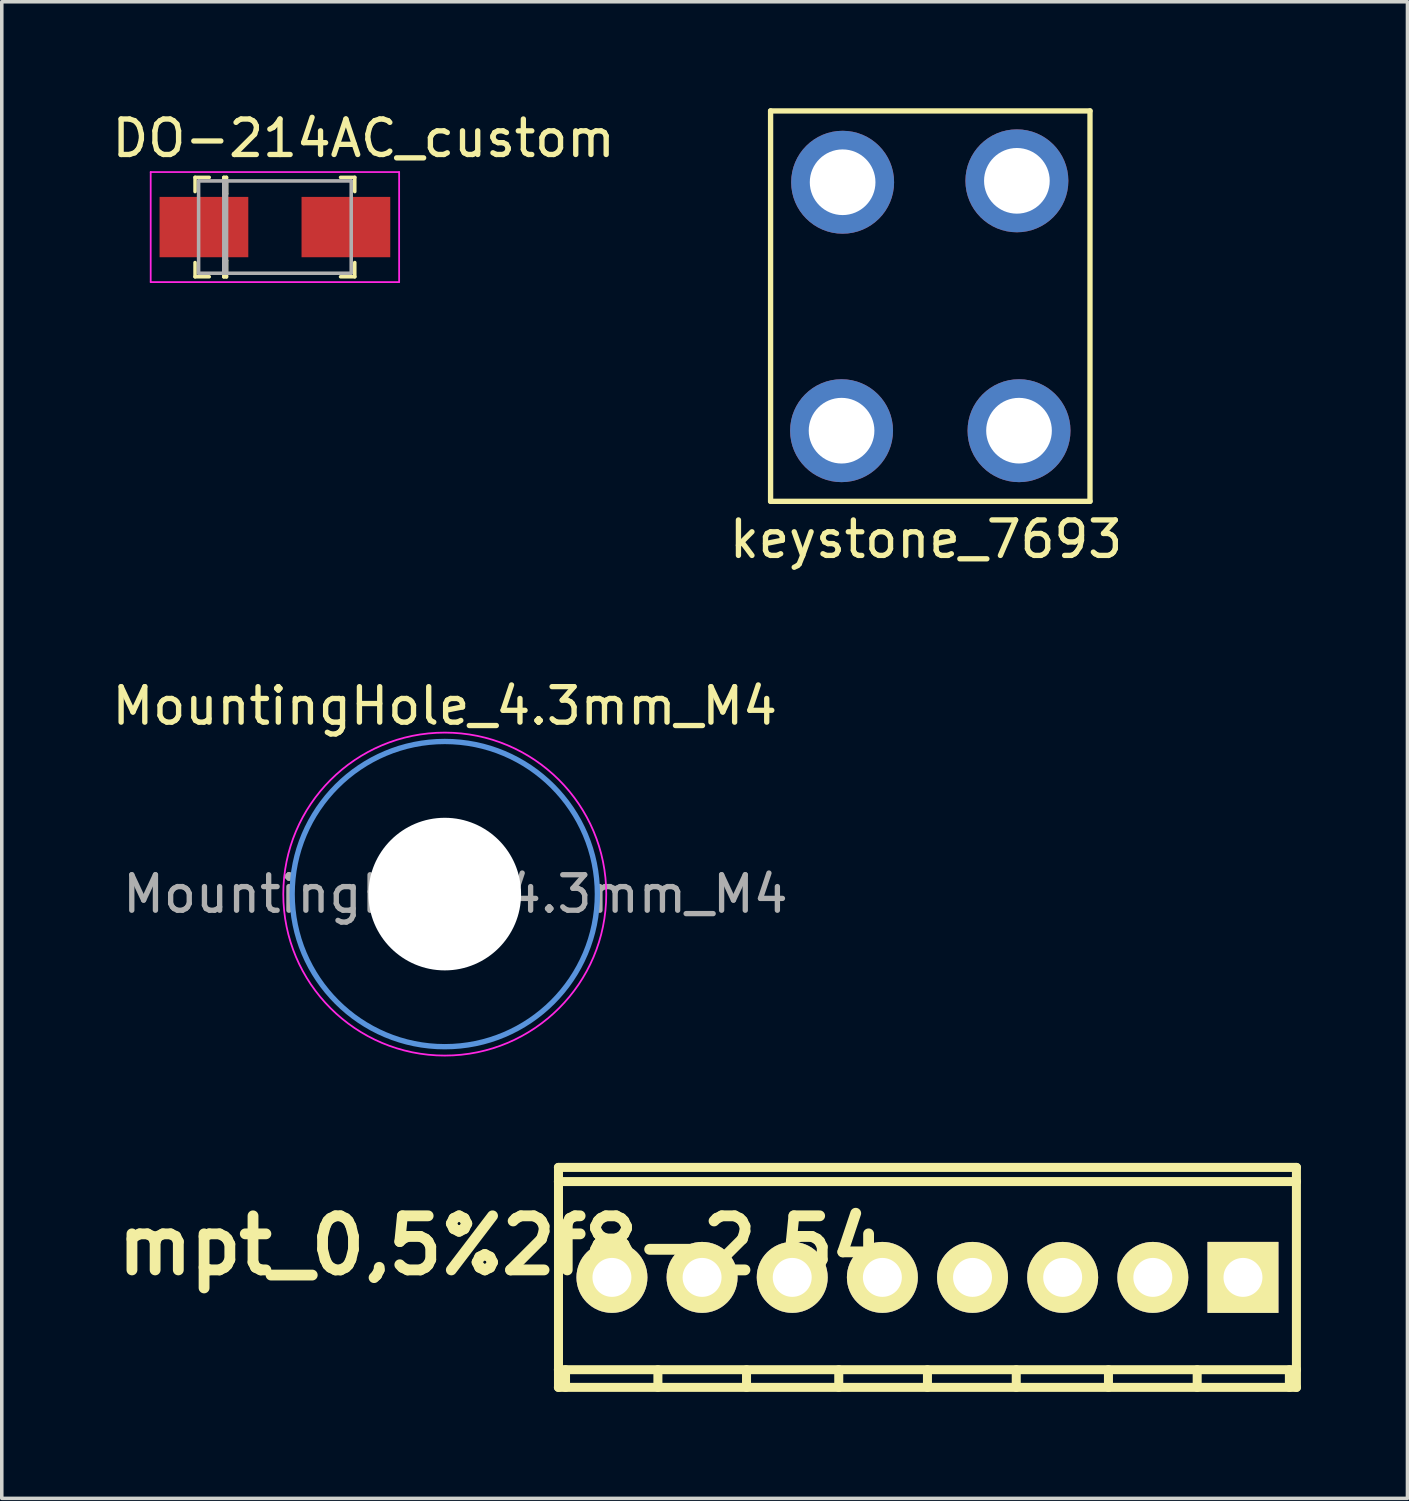
<source format=kicad_pcb>
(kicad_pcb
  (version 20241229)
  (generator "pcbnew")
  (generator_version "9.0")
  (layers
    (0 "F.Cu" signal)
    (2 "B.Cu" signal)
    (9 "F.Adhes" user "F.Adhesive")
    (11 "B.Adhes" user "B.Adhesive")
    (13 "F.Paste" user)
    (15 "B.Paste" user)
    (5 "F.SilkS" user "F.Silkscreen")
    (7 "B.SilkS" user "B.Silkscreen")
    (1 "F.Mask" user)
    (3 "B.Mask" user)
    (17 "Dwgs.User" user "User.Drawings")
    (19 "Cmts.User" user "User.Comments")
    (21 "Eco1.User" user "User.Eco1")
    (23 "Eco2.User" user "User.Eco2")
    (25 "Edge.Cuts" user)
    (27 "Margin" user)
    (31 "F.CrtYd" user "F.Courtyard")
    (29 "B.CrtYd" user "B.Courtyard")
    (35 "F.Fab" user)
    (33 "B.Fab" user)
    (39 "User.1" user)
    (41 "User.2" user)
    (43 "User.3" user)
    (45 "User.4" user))
  (footprint "DO-214AC_custom"
    (layer "F.Cu")
    (at 4.696 3.348)
    (property "Reference" "DO-214AC_custom" (at 2.5 -2.5 0) (layer "F.SilkS") (effects (font (size 1 1) (thickness 0.15))))
    (attr through_hole)
    (fp_line (start -2.25 -1.4) (end -2.25 -1) (stroke (width 0.1) (type solid)) (layer "F.SilkS"))
    (fp_line (start -2.25 -1.4) (end -1.85 -1.4) (stroke (width 0.1) (type solid)) (layer "F.SilkS"))
    (fp_line (start -2.25 1.4) (end -2.25 1) (stroke (width 0.1) (type solid)) (layer "F.SilkS"))
    (fp_line (start -2.25 1.4) (end -1.85 1.4) (stroke (width 0.1) (type solid)) (layer "F.SilkS"))
    (fp_line (start -1.44 -1.4) (end -1.44 -0.935) (stroke (width 0.1) (type solid)) (layer "F.SilkS"))
    (fp_line (start -1.44 -0.935) (end -1.364 -0.935) (stroke (width 0.1) (type solid)) (layer "F.SilkS"))
    (fp_line (start -1.44 0.942) (end -1.364 0.942) (stroke (width 0.1) (type solid)) (layer "F.SilkS"))
    (fp_line (start -1.44 1.402) (end -1.44 0.942) (stroke (width 0.1) (type solid)) (layer "F.SilkS"))
    (fp_line (start -1.364 -1.4) (end -1.44 -1.4) (stroke (width 0.1) (type solid)) (layer "F.SilkS"))
    (fp_line (start -1.364 -0.935) (end -1.364 -1.4) (stroke (width 0.1) (type solid)) (layer "F.SilkS"))
    (fp_line (start -1.364 0.942) (end -1.364 1.402) (stroke (width 0.1) (type solid)) (layer "F.SilkS"))
    (fp_line (start -1.364 1.402) (end -1.44 1.402) (stroke (width 0.1) (type solid)) (layer "F.SilkS"))
    (fp_line (start 2.25 -1.4) (end 1.85 -1.4) (stroke (width 0.1) (type solid)) (layer "F.SilkS"))
    (fp_line (start 2.25 -1.4) (end 2.25 -1) (stroke (width 0.1) (type solid)) (layer "F.SilkS"))
    (fp_line (start 2.25 1.4) (end 1.85 1.4) (stroke (width 0.1) (type solid)) (layer "F.SilkS"))
    (fp_line (start 2.25 1.4) (end 2.25 1) (stroke (width 0.1) (type solid)) (layer "F.SilkS"))
    (fp_line (start -3.5 -1.55) (end -3.5 1.55) (stroke (width 0.05) (type solid)) (layer "F.CrtYd"))
    (fp_line (start -3.5 -1.55) (end 3.5 -1.55) (stroke (width 0.05) (type solid)) (layer "F.CrtYd"))
    (fp_line (start -3.5 1.55) (end 3.5 1.55) (stroke (width 0.05) (type solid)) (layer "F.CrtYd"))
    (fp_line (start 3.5 -1.55) (end 3.5 1.55) (stroke (width 0.05) (type solid)) (layer "F.CrtYd"))
    (fp_line (start -2.15 -1.3) (end -2.15 1.3) (stroke (width 0.1) (type solid)) (layer "F.Fab"))
    (fp_line (start -2.15 -1.3) (end 2.15 -1.3) (stroke (width 0.1) (type solid)) (layer "F.Fab"))
    (fp_line (start -2.15 1.3) (end 2.15 1.3) (stroke (width 0.1) (type solid)) (layer "F.Fab"))
    (fp_line (start -1.44 -1.3) (end -1.44 1.3) (stroke (width 0.1) (type solid)) (layer "F.Fab"))
    (fp_line (start -1.44 1.3) (end -1.364 1.3) (stroke (width 0.1) (type solid)) (layer "F.Fab"))
    (fp_line (start -1.364 1.3) (end -1.361 -1.3) (stroke (width 0.1) (type solid)) (layer "F.Fab"))
    (fp_line (start -1.361 -1.3) (end -1.44 -1.3) (stroke (width 0.1) (type solid)) (layer "F.Fab"))
    (fp_line (start 2.15 -1.3) (end 2.15 1.3) (stroke (width 0.1) (type solid)) (layer "F.Fab"))
    (pad "1" smd rect (at -2 0) (size 2.5 1.7) (layers "F.Cu" "F.Mask" "F.Paste"))
    (pad "2" smd rect (at 2 0) (size 2.5 1.7) (layers "F.Cu" "F.Mask" "F.Paste")))
  (footprint "MountingHole_4.3mm_M4"
    (layer "F.Cu")
    (at 9.482 22.142)
    (property "Reference" "MountingHole_4.3mm_M4" (at 0 -5.3 0) (layer "F.SilkS") (effects (font (size 1 1) (thickness 0.15))))
    (attr exclude_from_pos_files exclude_from_bom)
    (fp_circle (center 0 0) (end 4.3 0) (stroke (width 0.15) (type solid)) (fill no) (layer "Cmts.User"))
    (fp_circle (center 0 0) (end 4.55 0) (stroke (width 0.05) (type solid)) (fill no) (layer "F.CrtYd"))
    (fp_text user "${REFERENCE}" (at 0.3 0 0) (layer "F.Fab") (effects (font (size 1 1) (thickness 0.15))))
    (pad "" np_thru_hole circle (at 0 0) (size 4.3 4.3) (drill 4.3) (layers "*.Cu" "*.Mask")))
  (footprint "mpt_0,5%2f8-2,54"
    (layer "F.Cu")
    (at 23.082 32.942)
    (property "Reference" "mpt_0,5%2f8-2,54" (at -12 -0.9 0) (layer "F.SilkS") (effects (font (size 1.524 1.524) (thickness 0.305))))
    (attr through_hole)
    (fp_line (start -10.399 -2.7) (end 10.399 -2.7) (stroke (width 0.254) (type solid)) (layer "F.SilkS"))
    (fp_line (start -10.399 2.601) (end 10.399 2.601) (stroke (width 0.254) (type solid)) (layer "F.SilkS"))
    (fp_line (start -10.396 -3.099) (end -10.396 3.099) (stroke (width 0.254) (type solid)) (layer "F.SilkS"))
    (fp_line (start -10.198 3.099) (end -10.198 2.601) (stroke (width 0.254) (type solid)) (layer "F.SilkS"))
    (fp_line (start -7.595 3.099) (end -7.595 2.601) (stroke (width 0.254) (type solid)) (layer "F.SilkS"))
    (fp_line (start -5.098 2.601) (end -5.098 3.099) (stroke (width 0.254) (type solid)) (layer "F.SilkS"))
    (fp_line (start -2.499 2.601) (end -2.499 3.099) (stroke (width 0.254) (type solid)) (layer "F.SilkS"))
    (fp_line (start 0 2.601) (end 0 3.099) (stroke (width 0.254) (type solid)) (layer "F.SilkS"))
    (fp_line (start 2.502 2.601) (end 2.502 3.099) (stroke (width 0.254) (type solid)) (layer "F.SilkS"))
    (fp_line (start 5.1 2.601) (end 5.1 3.099) (stroke (width 0.254) (type solid)) (layer "F.SilkS"))
    (fp_line (start 7.6 2.601) (end 7.6 3.099) (stroke (width 0.254) (type solid)) (layer "F.SilkS"))
    (fp_line (start 10.198 2.601) (end 10.198 3.099) (stroke (width 0.254) (type solid)) (layer "F.SilkS"))
    (fp_line (start 10.396 3.099) (end 10.396 -3.099) (stroke (width 0.254) (type solid)) (layer "F.SilkS"))
    (fp_line (start 10.399 -3.099) (end -10.399 -3.099) (stroke (width 0.254) (type solid)) (layer "F.SilkS"))
    (fp_line (start 10.399 3.099) (end -10.399 3.099) (stroke (width 0.254) (type solid)) (layer "F.SilkS"))
    (pad "1" thru_hole rect (at 8.89 0) (size 1.999 1.999) (drill 1.097) (layers "*.Cu" "*.Mask" "F.SilkS"))
    (pad "2" thru_hole oval (at 6.35 0) (size 1.999 1.999) (drill 1.097) (layers "*.Cu" "*.Mask" "F.SilkS"))
    (pad "3" thru_hole oval (at 3.81 0) (size 1.999 1.999) (drill 1.097) (layers "*.Cu" "*.Mask" "F.SilkS"))
    (pad "4" thru_hole oval (at 1.27 0) (size 1.999 1.999) (drill 1.097) (layers "*.Cu" "*.Mask" "F.SilkS"))
    (pad "5" thru_hole oval (at -1.27 0) (size 1.999 1.999) (drill 1.097) (layers "*.Cu" "*.Mask" "F.SilkS"))
    (pad "6" thru_hole oval (at -3.81 0) (size 1.999 1.999) (drill 1.097) (layers "*.Cu" "*.Mask" "F.SilkS"))
    (pad "7" thru_hole oval (at -6.35 0) (size 1.999 1.999) (drill 1.097) (layers "*.Cu" "*.Mask" "F.SilkS"))
    (pad "8" thru_hole oval (at -8.89 0) (size 1.999 1.999) (drill 1.097) (layers "*.Cu" "*.Mask" "F.SilkS")))
  (footprint "keystone_7693"
    (layer "F.Cu")
    (at 20.672 2.075)
    (property "Reference" "keystone_7693" (at 2.37 10.07 0) (layer "F.SilkS") (effects (font (size 1 1) (thickness 0.15))))
    (attr through_hole)
    (fp_line (start -2.01 -2) (end -2.01 9) (stroke (width 0.15) (type solid)) (layer "F.SilkS"))
    (fp_line (start -2.01 9) (end 6.99 9) (stroke (width 0.15) (type solid)) (layer "F.SilkS"))
    (fp_line (start 6.99 -2) (end -2.01 -2) (stroke (width 0.15) (type solid)) (layer "F.SilkS"))
    (fp_line (start 6.99 9) (end 6.99 -2) (stroke (width 0.15) (type solid)) (layer "F.SilkS"))
    (pad "1" thru_hole circle (at -0.01 7.01) (size 2.9 2.9) (drill 1.85) (layers "*.Cu" "*.Mask"))
    (pad "1" thru_hole circle (at 0.02 0.01) (size 2.9 2.9) (drill 1.85) (layers "*.Cu" "*.Mask"))
    (pad "1" thru_hole circle (at 4.93 -0.03) (size 2.9 2.9) (drill 1.85) (layers "*.Cu" "*.Mask"))
    (pad "1" thru_hole circle (at 4.99 7.01) (size 2.9 2.9) (drill 1.85) (layers "*.Cu" "*.Mask")))
  (gr_rect
    (start -3 -3)
    (end 36.607 39.168)
    (stroke (width 0.1) (type default))
    (fill no)
    (layer "Edge.Cuts")))
</source>
